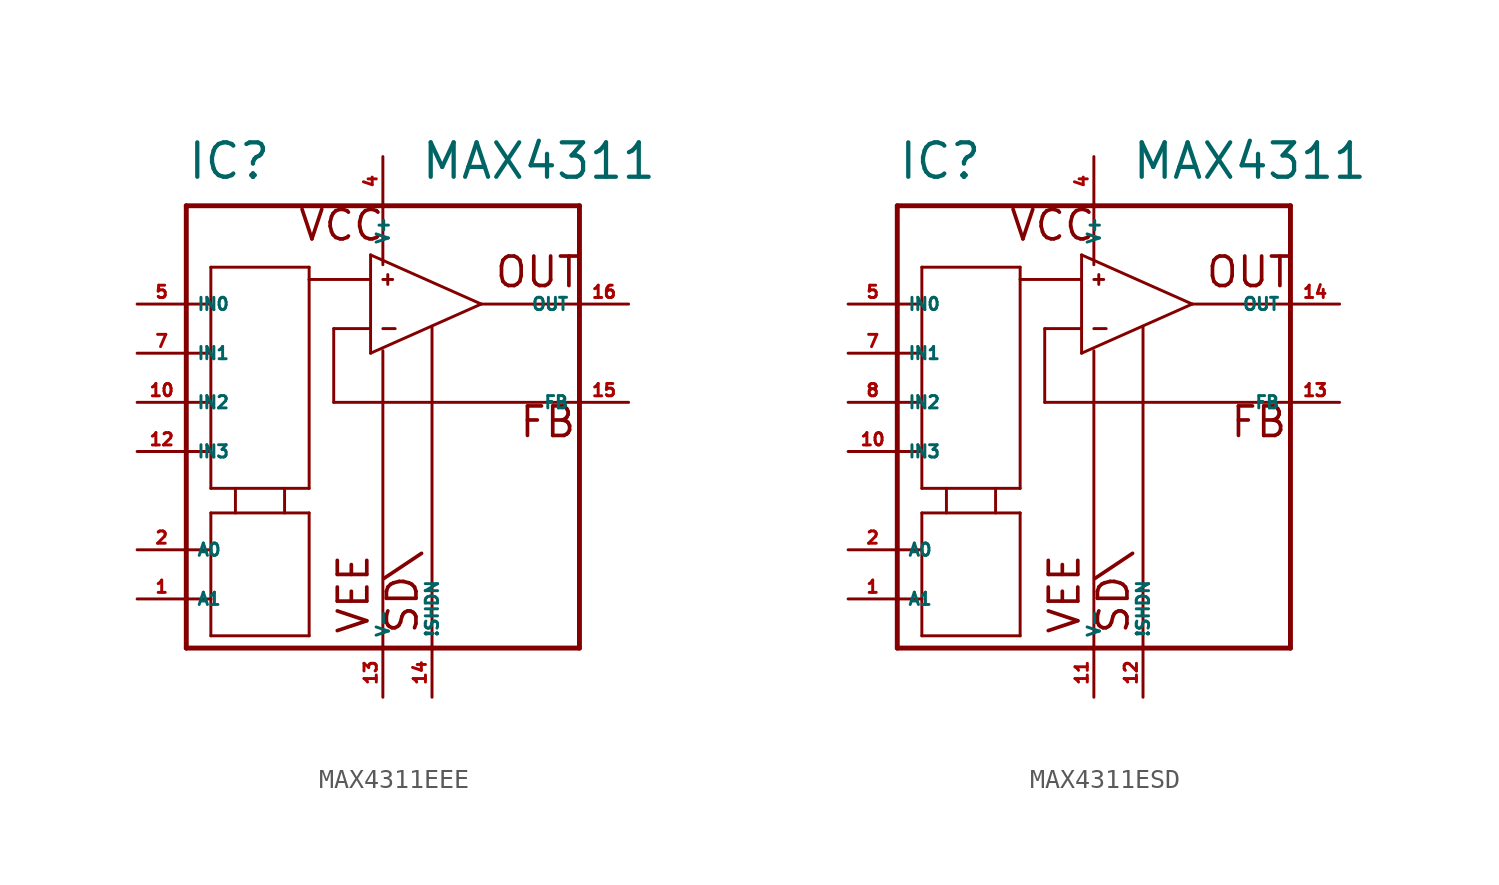
<source format=kicad_sym>
(kicad_symbol_lib
  (version 20220914)
  (generator Eagle2Kicad)
  (symbol "MAX4311EEE"
    (property "Reference" "IC"
      (at -10.16 8.89 0)
      (effects (font (size 1.778 1.778) (thickness 0.22)) (justify left bottom)))
    (property "Value" "MAX4311"
      (at 1.905 8.89 0)
      (effects (font (size 1.778 1.778) (thickness 0.22)) (justify left bottom)))
    (polyline
      (pts (xy 5.08 2.54) (xy -0.635 5.08))
      (stroke (width 0.152) (type default))
      (fill (type none)))
    (polyline
      (pts (xy -0.635 5.08) (xy -0.635 3.81))
      (stroke (width 0.152) (type default))
      (fill (type none)))
    (polyline
      (pts (xy -0.635 3.81) (xy -0.635 1.27))
      (stroke (width 0.152) (type default))
      (fill (type none)))
    (polyline
      (pts (xy -0.635 1.27) (xy -0.635 0))
      (stroke (width 0.152) (type default))
      (fill (type none)))
    (polyline
      (pts (xy -0.635 0) (xy 5.08 2.54))
      (stroke (width 0.152) (type default))
      (fill (type none)))
    (polyline
      (pts (xy -10.16 7.62) (xy -10.16 2.54))
      (stroke (width 0.254) (type default))
      (fill (type none)))
    (polyline
      (pts (xy -10.16 2.54) (xy -10.16 0))
      (stroke (width 0.254) (type default))
      (fill (type none)))
    (polyline
      (pts (xy -10.16 0) (xy -10.16 -2.54))
      (stroke (width 0.254) (type default))
      (fill (type none)))
    (polyline
      (pts (xy -10.16 -2.54) (xy -10.16 -5.08))
      (stroke (width 0.254) (type default))
      (fill (type none)))
    (polyline
      (pts (xy -10.16 -5.08) (xy -10.16 -10.16))
      (stroke (width 0.254) (type default))
      (fill (type none)))
    (polyline
      (pts (xy -10.16 -10.16) (xy -10.16 -12.7))
      (stroke (width 0.254) (type default))
      (fill (type none)))
    (polyline
      (pts (xy -10.16 -12.7) (xy -10.16 -15.24))
      (stroke (width 0.254) (type default))
      (fill (type none)))
    (polyline
      (pts (xy -10.16 -15.24) (xy 0 -15.24))
      (stroke (width 0.254) (type default))
      (fill (type none)))
    (polyline
      (pts (xy 0 -15.24) (xy 2.54 -15.24))
      (stroke (width 0.254) (type default))
      (fill (type none)))
    (polyline
      (pts (xy 2.54 -15.24) (xy 10.16 -15.24))
      (stroke (width 0.254) (type default))
      (fill (type none)))
    (polyline
      (pts (xy 10.16 -15.24) (xy 10.16 -2.54))
      (stroke (width 0.254) (type default))
      (fill (type none)))
    (polyline
      (pts (xy 10.16 -2.54) (xy 10.16 2.54))
      (stroke (width 0.254) (type default))
      (fill (type none)))
    (polyline
      (pts (xy 10.16 2.54) (xy 10.16 7.62))
      (stroke (width 0.254) (type default))
      (fill (type none)))
    (polyline
      (pts (xy 10.16 7.62) (xy 0 7.62))
      (stroke (width 0.254) (type default))
      (fill (type none)))
    (polyline
      (pts (xy 0 7.62) (xy -10.16 7.62))
      (stroke (width 0.254) (type default))
      (fill (type none)))
    (polyline
      (pts (xy -10.16 2.54) (xy -8.89 2.54))
      (stroke (width 0.152) (type default))
      (fill (type none)))
    (polyline
      (pts (xy -8.89 2.54) (xy -8.89 4.445))
      (stroke (width 0.152) (type default))
      (fill (type none)))
    (polyline
      (pts (xy -8.89 4.445) (xy -3.81 4.445))
      (stroke (width 0.152) (type default))
      (fill (type none)))
    (polyline
      (pts (xy -3.81 4.445) (xy -3.81 3.81))
      (stroke (width 0.152) (type default))
      (fill (type none)))
    (polyline
      (pts (xy -3.81 3.81) (xy -3.81 -6.985))
      (stroke (width 0.152) (type default))
      (fill (type none)))
    (polyline
      (pts (xy -8.89 -6.985) (xy -8.89 -5.08))
      (stroke (width 0.152) (type default))
      (fill (type none)))
    (polyline
      (pts (xy -8.89 -5.08) (xy -8.89 -2.54))
      (stroke (width 0.152) (type default))
      (fill (type none)))
    (polyline
      (pts (xy -8.89 -2.54) (xy -8.89 0))
      (stroke (width 0.152) (type default))
      (fill (type none)))
    (polyline
      (pts (xy -8.89 0) (xy -8.89 2.54))
      (stroke (width 0.152) (type default))
      (fill (type none)))
    (polyline
      (pts (xy -10.16 0) (xy -8.89 0))
      (stroke (width 0.152) (type default))
      (fill (type none)))
    (polyline
      (pts (xy 5.08 2.54) (xy 10.16 2.54))
      (stroke (width 0.152) (type default))
      (fill (type none)))
    (polyline
      (pts (xy 10.16 -2.54) (xy -2.54 -2.54))
      (stroke (width 0.152) (type default))
      (fill (type none)))
    (polyline
      (pts (xy -2.54 -2.54) (xy -2.54 1.27))
      (stroke (width 0.152) (type default))
      (fill (type none)))
    (polyline
      (pts (xy -2.54 1.27) (xy -0.635 1.27))
      (stroke (width 0.152) (type default))
      (fill (type none)))
    (polyline
      (pts (xy -0.635 3.81) (xy -3.81 3.81))
      (stroke (width 0.152) (type default))
      (fill (type none)))
    (polyline
      (pts (xy 0 1.27) (xy 0.635 1.27))
      (stroke (width 0.152) (type default))
      (fill (type none)))
    (polyline
      (pts (xy 0 3.81) (xy 0.508 3.81))
      (stroke (width 0.152) (type default))
      (fill (type none)))
    (polyline
      (pts (xy 0.254 4.064) (xy 0.254 3.556))
      (stroke (width 0.152) (type default))
      (fill (type none)))
    (polyline
      (pts (xy 0 7.62) (xy 0 4.572))
      (stroke (width 0.152) (type default))
      (fill (type none)))
    (polyline
      (pts (xy 0 -15.24) (xy 0 0.127))
      (stroke (width 0.152) (type default))
      (fill (type none)))
    (polyline
      (pts (xy 2.54 -15.24) (xy 2.54 1.397))
      (stroke (width 0.152) (type default))
      (fill (type none)))
    (polyline
      (pts (xy -10.16 -2.54) (xy -8.89 -2.54))
      (stroke (width 0.152) (type default))
      (fill (type none)))
    (polyline
      (pts (xy -10.16 -5.08) (xy -8.89 -5.08))
      (stroke (width 0.152) (type default))
      (fill (type none)))
    (polyline
      (pts (xy -3.81 -6.985) (xy -5.08 -6.985))
      (stroke (width 0.152) (type default))
      (fill (type none)))
    (polyline
      (pts (xy -5.08 -6.985) (xy -7.62 -6.985))
      (stroke (width 0.152) (type default))
      (fill (type none)))
    (polyline
      (pts (xy -7.62 -6.985) (xy -8.89 -6.985))
      (stroke (width 0.152) (type default))
      (fill (type none)))
    (polyline
      (pts (xy -5.08 -6.985) (xy -5.08 -8.255))
      (stroke (width 0.152) (type default))
      (fill (type none)))
    (polyline
      (pts (xy -7.62 -6.985) (xy -7.62 -8.255))
      (stroke (width 0.152) (type default))
      (fill (type none)))
    (polyline
      (pts (xy -8.89 -14.605) (xy -8.89 -12.7))
      (stroke (width 0.152) (type default))
      (fill (type none)))
    (polyline
      (pts (xy -8.89 -12.7) (xy -8.89 -10.16))
      (stroke (width 0.152) (type default))
      (fill (type none)))
    (polyline
      (pts (xy -8.89 -10.16) (xy -8.89 -8.255))
      (stroke (width 0.152) (type default))
      (fill (type none)))
    (polyline
      (pts (xy -8.89 -8.255) (xy -3.81 -8.255))
      (stroke (width 0.152) (type default))
      (fill (type none)))
    (polyline
      (pts (xy -3.81 -14.605) (xy -3.81 -8.255))
      (stroke (width 0.152) (type default))
      (fill (type none)))
    (polyline
      (pts (xy -3.81 -14.605) (xy -8.89 -14.605))
      (stroke (width 0.152) (type default))
      (fill (type none)))
    (polyline
      (pts (xy -10.16 -10.16) (xy -8.89 -10.16))
      (stroke (width 0.152) (type default))
      (fill (type none)))
    (polyline
      (pts (xy -10.16 -12.7) (xy -8.89 -12.7))
      (stroke (width 0.152) (type default))
      (fill (type none)))
    (text "VEE"
      (at -0.635 -14.605 900)
      (effects (font (size 1.524 1.524) (thickness 0.19)) (justify left bottom)))
    (text "FB"
      (at 6.985 -4.445 0)
      (effects (font (size 1.524 1.524) (thickness 0.19)) (justify left bottom)))
    (text "VCC"
      (at -4.445 5.715 0)
      (effects (font (size 1.524 1.524) (thickness 0.19)) (justify left bottom)))
    (text "OUT"
      (at 5.715 3.302 0)
      (effects (font (size 1.524 1.524) (thickness 0.19)) (justify left bottom)))
    (text "SD\\"
      (at 1.905 -14.605 900)
      (effects (font (size 1.524 1.524) (thickness 0.19)) (justify left bottom)))
    (pin input line
      (at -12.7 0 0)
      (length 2.54)
      (name "IN1" (effects (font (size 0.635 0.635) (thickness 0.08)) (justify left bottom)))
      (number "7" (effects (font (size 0.635 0.635) (thickness 0.08)) (justify left bottom))))
    (pin input line
      (at -12.7 2.54 0)
      (length 2.54)
      (name "IN0" (effects (font (size 0.635 0.635) (thickness 0.08)) (justify left bottom)))
      (number "5" (effects (font (size 0.635 0.635) (thickness 0.08)) (justify left bottom))))
    (pin output line
      (at 12.7 2.54 180)
      (length 2.54)
      (name "OUT" (effects (font (size 0.635 0.635) (thickness 0.08)) (justify left bottom)))
      (number "16" (effects (font (size 0.635 0.635) (thickness 0.08)) (justify left bottom))))
    (pin unspecified line
      (at 0 10.16 270)
      (length 2.54)
      (name "V+" (effects (font (size 0.635 0.635) (thickness 0.08)) (justify left bottom)))
      (number "4" (effects (font (size 0.635 0.635) (thickness 0.08)) (justify left bottom))))
    (pin unspecified line
      (at 0 -17.78 90)
      (length 2.54)
      (name "V-" (effects (font (size 0.635 0.635) (thickness 0.08)) (justify left bottom)))
      (number "13" (effects (font (size 0.635 0.635) (thickness 0.08)) (justify left bottom))))
    (pin unspecified line
      (at 12.7 -2.54 180)
      (length 2.54)
      (name "FB" (effects (font (size 0.635 0.635) (thickness 0.08)) (justify left bottom)))
      (number "15" (effects (font (size 0.635 0.635) (thickness 0.08)) (justify left bottom))))
    (pin input line
      (at -12.7 -10.16 0)
      (length 2.54)
      (name "A0" (effects (font (size 0.635 0.635) (thickness 0.08)) (justify left bottom)))
      (number "2" (effects (font (size 0.635 0.635) (thickness 0.08)) (justify left bottom))))
    (pin input line
      (at 2.54 -17.78 90)
      (length 2.54)
      (name "!SHDN" (effects (font (size 0.635 0.635) (thickness 0.08)) (justify left bottom)))
      (number "14" (effects (font (size 0.635 0.635) (thickness 0.08)) (justify left bottom))))
    (pin input line
      (at -12.7 -2.54 0)
      (length 2.54)
      (name "IN2" (effects (font (size 0.635 0.635) (thickness 0.08)) (justify left bottom)))
      (number "10" (effects (font (size 0.635 0.635) (thickness 0.08)) (justify left bottom))))
    (pin input line
      (at -12.7 -5.08 0)
      (length 2.54)
      (name "IN3" (effects (font (size 0.635 0.635) (thickness 0.08)) (justify left bottom)))
      (number "12" (effects (font (size 0.635 0.635) (thickness 0.08)) (justify left bottom))))
    (pin input line
      (at -12.7 -12.7 0)
      (length 2.54)
      (name "A1" (effects (font (size 0.635 0.635) (thickness 0.08)) (justify left bottom)))
      (number "1" (effects (font (size 0.635 0.635) (thickness 0.08)) (justify left bottom)))))
  (symbol "MAX4311ESD"
    (property "Reference" "IC"
      (at -10.16 8.89 0)
      (effects (font (size 1.778 1.778) (thickness 0.22)) (justify left bottom)))
    (property "Value" "MAX4311"
      (at 1.905 8.89 0)
      (effects (font (size 1.778 1.778) (thickness 0.22)) (justify left bottom)))
    (polyline
      (pts (xy 5.08 2.54) (xy -0.635 5.08))
      (stroke (width 0.152) (type default))
      (fill (type none)))
    (polyline
      (pts (xy -0.635 5.08) (xy -0.635 3.81))
      (stroke (width 0.152) (type default))
      (fill (type none)))
    (polyline
      (pts (xy -0.635 3.81) (xy -0.635 1.27))
      (stroke (width 0.152) (type default))
      (fill (type none)))
    (polyline
      (pts (xy -0.635 1.27) (xy -0.635 0))
      (stroke (width 0.152) (type default))
      (fill (type none)))
    (polyline
      (pts (xy -0.635 0) (xy 5.08 2.54))
      (stroke (width 0.152) (type default))
      (fill (type none)))
    (polyline
      (pts (xy -10.16 7.62) (xy -10.16 2.54))
      (stroke (width 0.254) (type default))
      (fill (type none)))
    (polyline
      (pts (xy -10.16 2.54) (xy -10.16 0))
      (stroke (width 0.254) (type default))
      (fill (type none)))
    (polyline
      (pts (xy -10.16 0) (xy -10.16 -2.54))
      (stroke (width 0.254) (type default))
      (fill (type none)))
    (polyline
      (pts (xy -10.16 -2.54) (xy -10.16 -5.08))
      (stroke (width 0.254) (type default))
      (fill (type none)))
    (polyline
      (pts (xy -10.16 -5.08) (xy -10.16 -10.16))
      (stroke (width 0.254) (type default))
      (fill (type none)))
    (polyline
      (pts (xy -10.16 -10.16) (xy -10.16 -12.7))
      (stroke (width 0.254) (type default))
      (fill (type none)))
    (polyline
      (pts (xy -10.16 -12.7) (xy -10.16 -15.24))
      (stroke (width 0.254) (type default))
      (fill (type none)))
    (polyline
      (pts (xy -10.16 -15.24) (xy 0 -15.24))
      (stroke (width 0.254) (type default))
      (fill (type none)))
    (polyline
      (pts (xy 0 -15.24) (xy 2.54 -15.24))
      (stroke (width 0.254) (type default))
      (fill (type none)))
    (polyline
      (pts (xy 2.54 -15.24) (xy 10.16 -15.24))
      (stroke (width 0.254) (type default))
      (fill (type none)))
    (polyline
      (pts (xy 10.16 -15.24) (xy 10.16 -2.54))
      (stroke (width 0.254) (type default))
      (fill (type none)))
    (polyline
      (pts (xy 10.16 -2.54) (xy 10.16 2.54))
      (stroke (width 0.254) (type default))
      (fill (type none)))
    (polyline
      (pts (xy 10.16 2.54) (xy 10.16 7.62))
      (stroke (width 0.254) (type default))
      (fill (type none)))
    (polyline
      (pts (xy 10.16 7.62) (xy 0 7.62))
      (stroke (width 0.254) (type default))
      (fill (type none)))
    (polyline
      (pts (xy 0 7.62) (xy -10.16 7.62))
      (stroke (width 0.254) (type default))
      (fill (type none)))
    (polyline
      (pts (xy -10.16 2.54) (xy -8.89 2.54))
      (stroke (width 0.152) (type default))
      (fill (type none)))
    (polyline
      (pts (xy -8.89 2.54) (xy -8.89 4.445))
      (stroke (width 0.152) (type default))
      (fill (type none)))
    (polyline
      (pts (xy -8.89 4.445) (xy -3.81 4.445))
      (stroke (width 0.152) (type default))
      (fill (type none)))
    (polyline
      (pts (xy -3.81 4.445) (xy -3.81 3.81))
      (stroke (width 0.152) (type default))
      (fill (type none)))
    (polyline
      (pts (xy -3.81 3.81) (xy -3.81 -6.985))
      (stroke (width 0.152) (type default))
      (fill (type none)))
    (polyline
      (pts (xy -8.89 -6.985) (xy -8.89 -5.08))
      (stroke (width 0.152) (type default))
      (fill (type none)))
    (polyline
      (pts (xy -8.89 -5.08) (xy -8.89 -2.54))
      (stroke (width 0.152) (type default))
      (fill (type none)))
    (polyline
      (pts (xy -8.89 -2.54) (xy -8.89 0))
      (stroke (width 0.152) (type default))
      (fill (type none)))
    (polyline
      (pts (xy -8.89 0) (xy -8.89 2.54))
      (stroke (width 0.152) (type default))
      (fill (type none)))
    (polyline
      (pts (xy -10.16 0) (xy -8.89 0))
      (stroke (width 0.152) (type default))
      (fill (type none)))
    (polyline
      (pts (xy 5.08 2.54) (xy 10.16 2.54))
      (stroke (width 0.152) (type default))
      (fill (type none)))
    (polyline
      (pts (xy 10.16 -2.54) (xy -2.54 -2.54))
      (stroke (width 0.152) (type default))
      (fill (type none)))
    (polyline
      (pts (xy -2.54 -2.54) (xy -2.54 1.27))
      (stroke (width 0.152) (type default))
      (fill (type none)))
    (polyline
      (pts (xy -2.54 1.27) (xy -0.635 1.27))
      (stroke (width 0.152) (type default))
      (fill (type none)))
    (polyline
      (pts (xy -0.635 3.81) (xy -3.81 3.81))
      (stroke (width 0.152) (type default))
      (fill (type none)))
    (polyline
      (pts (xy 0 1.27) (xy 0.635 1.27))
      (stroke (width 0.152) (type default))
      (fill (type none)))
    (polyline
      (pts (xy 0 3.81) (xy 0.508 3.81))
      (stroke (width 0.152) (type default))
      (fill (type none)))
    (polyline
      (pts (xy 0.254 4.064) (xy 0.254 3.556))
      (stroke (width 0.152) (type default))
      (fill (type none)))
    (polyline
      (pts (xy 0 7.62) (xy 0 4.572))
      (stroke (width 0.152) (type default))
      (fill (type none)))
    (polyline
      (pts (xy 0 -15.24) (xy 0 0.127))
      (stroke (width 0.152) (type default))
      (fill (type none)))
    (polyline
      (pts (xy 2.54 -15.24) (xy 2.54 1.397))
      (stroke (width 0.152) (type default))
      (fill (type none)))
    (polyline
      (pts (xy -10.16 -2.54) (xy -8.89 -2.54))
      (stroke (width 0.152) (type default))
      (fill (type none)))
    (polyline
      (pts (xy -10.16 -5.08) (xy -8.89 -5.08))
      (stroke (width 0.152) (type default))
      (fill (type none)))
    (polyline
      (pts (xy -3.81 -6.985) (xy -5.08 -6.985))
      (stroke (width 0.152) (type default))
      (fill (type none)))
    (polyline
      (pts (xy -5.08 -6.985) (xy -7.62 -6.985))
      (stroke (width 0.152) (type default))
      (fill (type none)))
    (polyline
      (pts (xy -7.62 -6.985) (xy -8.89 -6.985))
      (stroke (width 0.152) (type default))
      (fill (type none)))
    (polyline
      (pts (xy -5.08 -6.985) (xy -5.08 -8.255))
      (stroke (width 0.152) (type default))
      (fill (type none)))
    (polyline
      (pts (xy -7.62 -6.985) (xy -7.62 -8.255))
      (stroke (width 0.152) (type default))
      (fill (type none)))
    (polyline
      (pts (xy -8.89 -14.605) (xy -8.89 -12.7))
      (stroke (width 0.152) (type default))
      (fill (type none)))
    (polyline
      (pts (xy -8.89 -12.7) (xy -8.89 -10.16))
      (stroke (width 0.152) (type default))
      (fill (type none)))
    (polyline
      (pts (xy -8.89 -10.16) (xy -8.89 -8.255))
      (stroke (width 0.152) (type default))
      (fill (type none)))
    (polyline
      (pts (xy -8.89 -8.255) (xy -3.81 -8.255))
      (stroke (width 0.152) (type default))
      (fill (type none)))
    (polyline
      (pts (xy -3.81 -14.605) (xy -3.81 -8.255))
      (stroke (width 0.152) (type default))
      (fill (type none)))
    (polyline
      (pts (xy -3.81 -14.605) (xy -8.89 -14.605))
      (stroke (width 0.152) (type default))
      (fill (type none)))
    (polyline
      (pts (xy -10.16 -10.16) (xy -8.89 -10.16))
      (stroke (width 0.152) (type default))
      (fill (type none)))
    (polyline
      (pts (xy -10.16 -12.7) (xy -8.89 -12.7))
      (stroke (width 0.152) (type default))
      (fill (type none)))
    (text "VEE"
      (at -0.635 -14.605 900)
      (effects (font (size 1.524 1.524) (thickness 0.19)) (justify left bottom)))
    (text "FB"
      (at 6.985 -4.445 0)
      (effects (font (size 1.524 1.524) (thickness 0.19)) (justify left bottom)))
    (text "VCC"
      (at -4.445 5.715 0)
      (effects (font (size 1.524 1.524) (thickness 0.19)) (justify left bottom)))
    (text "OUT"
      (at 5.715 3.302 0)
      (effects (font (size 1.524 1.524) (thickness 0.19)) (justify left bottom)))
    (text "SD\\"
      (at 1.905 -14.605 900)
      (effects (font (size 1.524 1.524) (thickness 0.19)) (justify left bottom)))
    (pin input line
      (at -12.7 0 0)
      (length 2.54)
      (name "IN1" (effects (font (size 0.635 0.635) (thickness 0.08)) (justify left bottom)))
      (number "7" (effects (font (size 0.635 0.635) (thickness 0.08)) (justify left bottom))))
    (pin input line
      (at -12.7 2.54 0)
      (length 2.54)
      (name "IN0" (effects (font (size 0.635 0.635) (thickness 0.08)) (justify left bottom)))
      (number "5" (effects (font (size 0.635 0.635) (thickness 0.08)) (justify left bottom))))
    (pin output line
      (at 12.7 2.54 180)
      (length 2.54)
      (name "OUT" (effects (font (size 0.635 0.635) (thickness 0.08)) (justify left bottom)))
      (number "14" (effects (font (size 0.635 0.635) (thickness 0.08)) (justify left bottom))))
    (pin unspecified line
      (at 0 10.16 270)
      (length 2.54)
      (name "V+" (effects (font (size 0.635 0.635) (thickness 0.08)) (justify left bottom)))
      (number "4" (effects (font (size 0.635 0.635) (thickness 0.08)) (justify left bottom))))
    (pin unspecified line
      (at 0 -17.78 90)
      (length 2.54)
      (name "V-" (effects (font (size 0.635 0.635) (thickness 0.08)) (justify left bottom)))
      (number "11" (effects (font (size 0.635 0.635) (thickness 0.08)) (justify left bottom))))
    (pin unspecified line
      (at 12.7 -2.54 180)
      (length 2.54)
      (name "FB" (effects (font (size 0.635 0.635) (thickness 0.08)) (justify left bottom)))
      (number "13" (effects (font (size 0.635 0.635) (thickness 0.08)) (justify left bottom))))
    (pin input line
      (at -12.7 -10.16 0)
      (length 2.54)
      (name "A0" (effects (font (size 0.635 0.635) (thickness 0.08)) (justify left bottom)))
      (number "2" (effects (font (size 0.635 0.635) (thickness 0.08)) (justify left bottom))))
    (pin input line
      (at 2.54 -17.78 90)
      (length 2.54)
      (name "!SHDN" (effects (font (size 0.635 0.635) (thickness 0.08)) (justify left bottom)))
      (number "12" (effects (font (size 0.635 0.635) (thickness 0.08)) (justify left bottom))))
    (pin input line
      (at -12.7 -2.54 0)
      (length 2.54)
      (name "IN2" (effects (font (size 0.635 0.635) (thickness 0.08)) (justify left bottom)))
      (number "8" (effects (font (size 0.635 0.635) (thickness 0.08)) (justify left bottom))))
    (pin input line
      (at -12.7 -5.08 0)
      (length 2.54)
      (name "IN3" (effects (font (size 0.635 0.635) (thickness 0.08)) (justify left bottom)))
      (number "10" (effects (font (size 0.635 0.635) (thickness 0.08)) (justify left bottom))))
    (pin input line
      (at -12.7 -12.7 0)
      (length 2.54)
      (name "A1" (effects (font (size 0.635 0.635) (thickness 0.08)) (justify left bottom)))
      (number "1" (effects (font (size 0.635 0.635) (thickness 0.08)) (justify left bottom))))))
</source>
